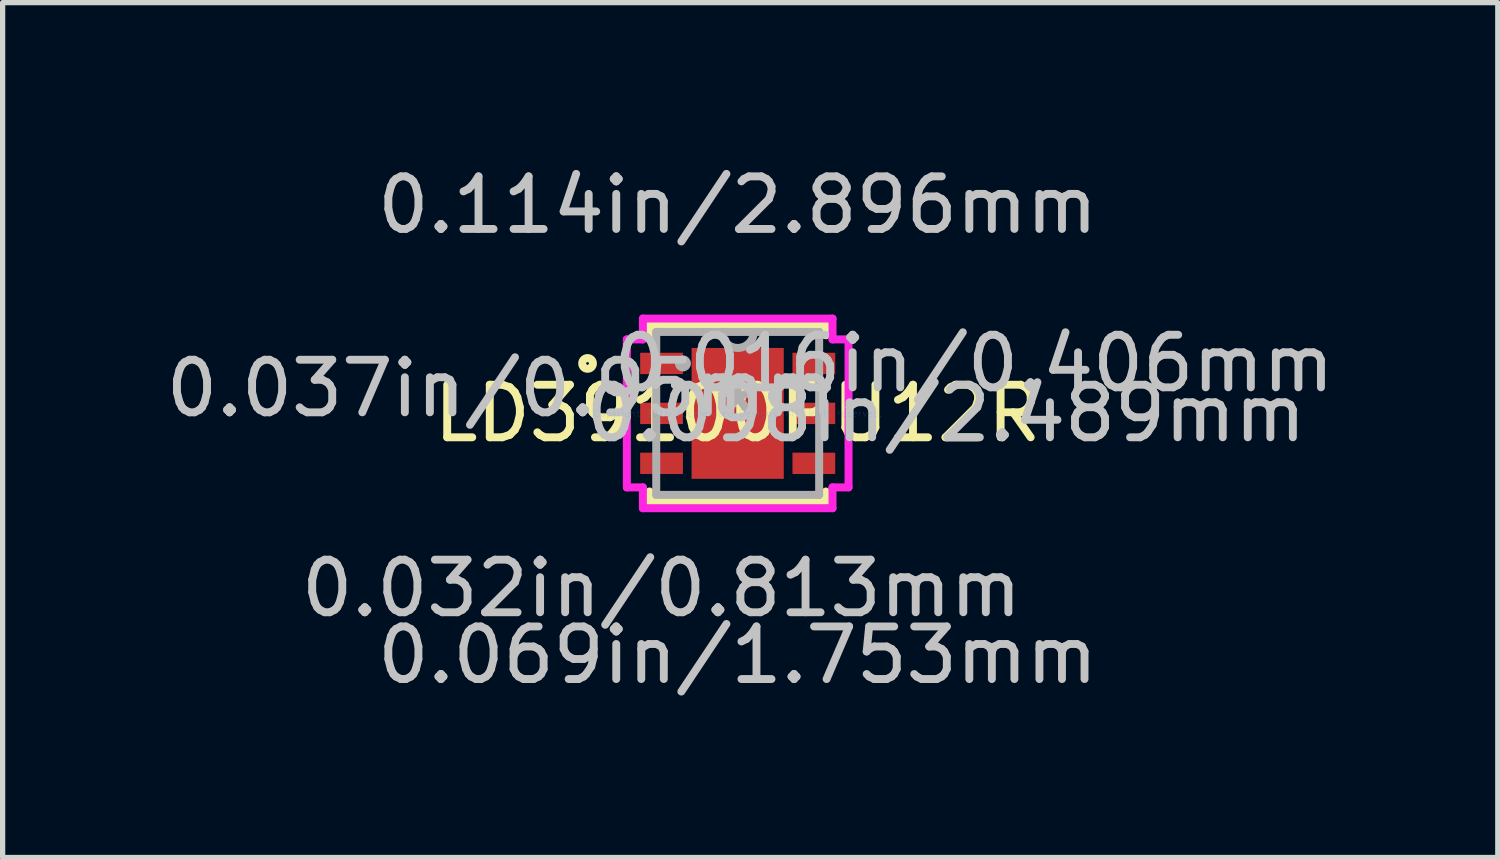
<source format=kicad_pcb>
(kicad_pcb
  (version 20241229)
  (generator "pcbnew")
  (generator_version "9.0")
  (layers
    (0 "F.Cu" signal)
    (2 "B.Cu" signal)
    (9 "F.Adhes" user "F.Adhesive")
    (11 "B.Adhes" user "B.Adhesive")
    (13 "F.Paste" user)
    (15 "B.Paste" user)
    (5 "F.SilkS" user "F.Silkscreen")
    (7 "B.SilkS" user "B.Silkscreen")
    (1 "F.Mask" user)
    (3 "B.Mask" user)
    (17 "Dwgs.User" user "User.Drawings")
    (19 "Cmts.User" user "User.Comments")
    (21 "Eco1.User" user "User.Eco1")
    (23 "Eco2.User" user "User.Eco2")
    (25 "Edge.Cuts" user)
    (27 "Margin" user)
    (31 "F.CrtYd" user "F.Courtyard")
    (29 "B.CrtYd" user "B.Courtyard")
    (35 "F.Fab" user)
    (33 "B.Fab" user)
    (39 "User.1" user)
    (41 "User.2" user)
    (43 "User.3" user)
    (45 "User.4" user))
  (footprint "LD39100PU12R"
    (layer "F.Cu")
    (at 10.978 4.811)
    (property "Reference" "LD39100PU12R" (at 0 0 0) (layer "F.SilkS") (effects (font (size 1 1) (thickness 0.15))))
    (attr through_hole)
    (fp_line (start -1.676 -1.676) (end -1.676 -1.486) (stroke (width 0.152) (type solid)) (layer "F.SilkS"))
    (fp_line (start -1.676 1.486) (end -1.676 1.676) (stroke (width 0.152) (type solid)) (layer "F.SilkS"))
    (fp_line (start -1.676 1.676) (end 1.676 1.676) (stroke (width 0.152) (type solid)) (layer "F.SilkS"))
    (fp_line (start 1.676 -1.676) (end -1.676 -1.676) (stroke (width 0.152) (type solid)) (layer "F.SilkS"))
    (fp_line (start 1.676 -1.486) (end 1.676 -1.676) (stroke (width 0.152) (type solid)) (layer "F.SilkS"))
    (fp_line (start 1.676 1.676) (end 1.676 1.486) (stroke (width 0.152) (type solid)) (layer "F.SilkS"))
    (fp_circle (center -2.855 -0.95) (end -2.753 -0.95) (stroke (width 0.152) (type solid)) (fill no) (layer "F.SilkS"))
    (fp_line (start -2.108 -1.407) (end -1.803 -1.407) (stroke (width 0.152) (type solid)) (layer "F.CrtYd"))
    (fp_line (start -2.108 1.407) (end -2.108 -1.407) (stroke (width 0.152) (type solid)) (layer "F.CrtYd"))
    (fp_line (start -1.803 -1.803) (end 1.803 -1.803) (stroke (width 0.152) (type solid)) (layer "F.CrtYd"))
    (fp_line (start -1.803 -1.407) (end -1.803 -1.803) (stroke (width 0.152) (type solid)) (layer "F.CrtYd"))
    (fp_line (start -1.803 1.407) (end -2.108 1.407) (stroke (width 0.152) (type solid)) (layer "F.CrtYd"))
    (fp_line (start -1.803 1.803) (end -1.803 1.407) (stroke (width 0.152) (type solid)) (layer "F.CrtYd"))
    (fp_line (start 1.803 -1.803) (end 1.803 -1.407) (stroke (width 0.152) (type solid)) (layer "F.CrtYd"))
    (fp_line (start 1.803 -1.407) (end 2.108 -1.407) (stroke (width 0.152) (type solid)) (layer "F.CrtYd"))
    (fp_line (start 1.803 1.407) (end 1.803 1.803) (stroke (width 0.152) (type solid)) (layer "F.CrtYd"))
    (fp_line (start 1.803 1.803) (end -1.803 1.803) (stroke (width 0.152) (type solid)) (layer "F.CrtYd"))
    (fp_line (start 2.108 -1.407) (end 2.108 1.407) (stroke (width 0.152) (type solid)) (layer "F.CrtYd"))
    (fp_line (start 2.108 1.407) (end 1.803 1.407) (stroke (width 0.152) (type solid)) (layer "F.CrtYd"))
    (fp_line (start -1.549 -1.549) (end -1.549 1.549) (stroke (width 0.152) (type solid)) (layer "F.Fab"))
    (fp_line (start -1.549 1.549) (end 1.549 1.549) (stroke (width 0.152) (type solid)) (layer "F.Fab"))
    (fp_line (start 1.549 -1.549) (end -1.549 -1.549) (stroke (width 0.152) (type solid)) (layer "F.Fab"))
    (fp_line (start 1.549 1.549) (end 1.549 -1.549) (stroke (width 0.152) (type solid)) (layer "F.Fab"))
    (fp_arc (start 0.3048 -1.5494) (mid 0 -1.2446) (end -0.3048 -1.5494) (stroke (width 0.1524) (type solid)) (layer "F.Fab"))
    (fp_circle (center -1.041 -0.95) (end -0.965 -0.95) (stroke (width 0.152) (type solid)) (fill no) (layer "F.Fab"))
    (fp_text user "*" (at 0 0 0) (layer "F.SilkS") (effects (font (size 1 1) (thickness 0.15))))
    (fp_text user "0.032in/0.813mm" (at -1.448 3.327 0) (layer "Dwgs.User") (effects (font (size 1 1) (thickness 0.15))))
    (fp_text user "0.069in/1.753mm" (at 0 4.597 0) (layer "Dwgs.User") (effects (font (size 1 1) (thickness 0.15))))
    (fp_text user "0.037in/0.95mm" (at -4.496 -0.475 0) (layer "Dwgs.User") (effects (font (size 1 1) (thickness 0.15))))
    (fp_text user "0.016in/0.406mm" (at 4.496 -0.95 0) (layer "Dwgs.User") (effects (font (size 1 1) (thickness 0.15))))
    (fp_text user "0.098in/2.489mm" (at 3.962 0 0) (layer "Dwgs.User") (effects (font (size 1 1) (thickness 0.15))))
    (fp_text user "0.114in/2.896mm" (at 0 -3.962 0) (layer "Dwgs.User") (effects (font (size 1 1) (thickness 0.15))))
    (fp_text user "Copyright 2016 Accelerated Designs. All rights reserved." (at 0 0 0) (layer "Cmts.User") (effects (font (size 0.127 0.127) (thickness 0.002))))
    (fp_text user "*" (at 0 0 0) (layer "F.Fab") (effects (font (size 1 1) (thickness 0.15))))
    (pad "1" smd rect (at -1.448 -0.95) (size 0.813 0.406) (layers "F.Cu" "F.Mask" "F.Paste"))
    (pad "2" smd rect (at -1.448 0) (size 0.813 0.406) (layers "F.Cu" "F.Mask" "F.Paste"))
    (pad "3" smd rect (at -1.448 0.95) (size 0.813 0.406) (layers "F.Cu" "F.Mask" "F.Paste"))
    (pad "4" smd rect (at 1.448 0.95) (size 0.813 0.406) (layers "F.Cu" "F.Mask" "F.Paste"))
    (pad "5" smd rect (at 1.448 0) (size 0.813 0.406) (layers "F.Cu" "F.Mask" "F.Paste"))
    (pad "6" smd rect (at 1.448 -0.95) (size 0.813 0.406) (layers "F.Cu" "F.Mask" "F.Paste"))
    (pad "7" smd rect (at 0 0) (size 1.753 2.489) (layers "F.Cu" "F.Mask" "F.Paste")))
  (gr_rect
    (start -3 -3)
    (end 25.432 13.256)
    (stroke (width 0.1) (type default))
    (fill no)
    (layer "Edge.Cuts")))
</source>
